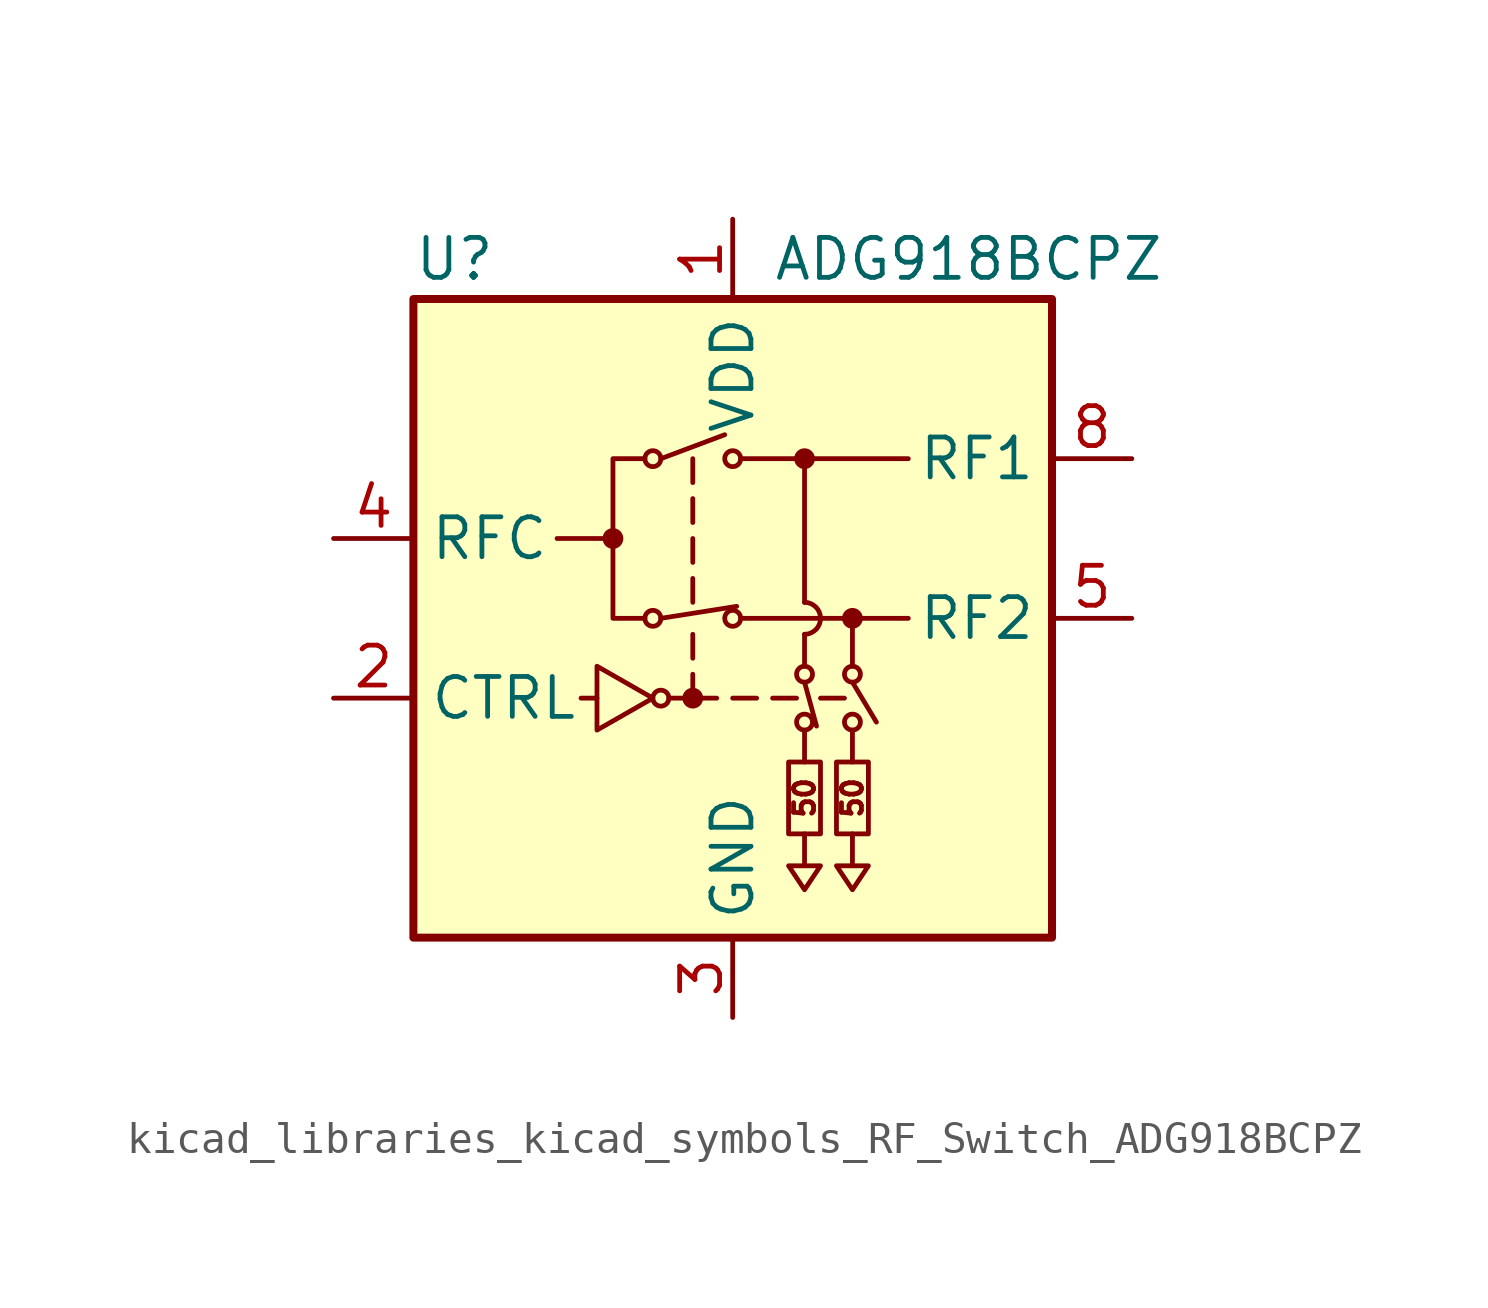
<source format=kicad_sym>
(kicad_symbol_lib
  (version 20220914)
  (generator kicad_symbol_editor)
  (symbol "kicad_libraries_kicad_symbols_RF_Switch_ADG918BCPZ"
    (property "Reference" "U"
      (at -10.16 11.43 0)
      (effects (font (size 1.27 1.27)) (justify left)))
    (property "Value" "ADG918BCPZ"
      (at 1.27 11.43 0)
      (effects (font (size 1.27 1.27)) (justify left)))
    (symbol "kicad_libraries_kicad_symbols_RF_Switch_ADG918BCPZ_0_0"
      (rectangle (start -10.16 10.16) (end 10.16 -10.16) (stroke (width 0.254) (type default)) (fill (type background)))
      (circle (center -3.81 2.54) (radius 0.254) (stroke (width 0) (type default)) (fill (type outline)))
      (circle (center -2.286 -2.54) (radius 0.254) (stroke (width 0) (type default)) (fill (type none)))
      (circle (center -1.27 -2.54) (radius 0.254) (stroke (width 0) (type default)) (fill (type outline)))
      (polyline (pts (xy -4.318 -2.54) (xy -4.826 -2.54)) (stroke (width 0) (type default)) (fill (type none)))
      (polyline (pts (xy -3.81 2.54) (xy -5.588 2.54)) (stroke (width 0) (type default)) (fill (type none)))
      (polyline (pts (xy -1.27 -2.54) (xy -1.27 -1.778)) (stroke (width 0) (type default)) (fill (type none)))
      (polyline (pts (xy -1.27 -1.27) (xy -1.27 -0.508)) (stroke (width 0) (type default)) (fill (type none)))
      (polyline (pts (xy -1.27 1.27) (xy -1.27 0.508)) (stroke (width 0) (type default)) (fill (type none)))
      (polyline (pts (xy -1.27 2.54) (xy -1.27 1.778)) (stroke (width 0) (type default)) (fill (type none)))
      (polyline (pts (xy -1.27 3.81) (xy -1.27 3.048)) (stroke (width 0) (type default)) (fill (type none)))
      (polyline (pts (xy -1.27 5.08) (xy -1.27 4.318)) (stroke (width 0) (type default)) (fill (type none)))
      (polyline (pts (xy -0.508 -2.54) (xy -2.032 -2.54)) (stroke (width 0) (type default)) (fill (type none)))
      (polyline (pts (xy 0 -2.54) (xy 0.762 -2.54)) (stroke (width 0) (type default)) (fill (type none)))
      (polyline (pts (xy 0.254 0) (xy 5.588 0)) (stroke (width 0) (type default)) (fill (type none)))
      (polyline (pts (xy 0.254 5.08) (xy 5.588 5.08)) (stroke (width 0) (type default)) (fill (type none)))
      (polyline (pts (xy 2.032 -2.54) (xy 1.27 -2.54)) (stroke (width 0) (type default)) (fill (type none)))
      (polyline (pts (xy 2.286 0.508) (xy 2.286 5.08)) (stroke (width 0) (type default)) (fill (type none)))
      (polyline (pts (xy 3.556 -2.54) (xy 2.794 -2.54)) (stroke (width 0) (type default)) (fill (type none)))
      (polyline (pts (xy -4.318 -1.524) (xy -4.318 -3.556) (xy -2.54 -2.54) (xy -4.318 -1.524)) (stroke (width 0) (type default)) (fill (type none)))
      (polyline (pts (xy -2.794 0) (xy -3.81 0) (xy -3.81 5.08) (xy -2.794 5.08)) (stroke (width 0) (type default)) (fill (type none)))
      (arc (start 2.286 -0.508) (mid 2.7918 0) (end 2.286 0.508) (stroke (width 0) (type default)) (fill (type none)))
      (text "50" (at 2.286 -5.715 900) (effects (font (size 0.635 0.635))))
      (text "50" (at 3.81 -5.715 900) (effects (font (size 0.635 0.635)))))
    (symbol "kicad_libraries_kicad_symbols_RF_Switch_ADG918BCPZ_0_1"
      (circle (center -2.54 0) (radius 0.254) (stroke (width 0) (type default)) (fill (type none)))
      (circle (center -2.54 5.08) (radius 0.254) (stroke (width 0) (type default)) (fill (type none)))
      (polyline (pts (xy -2.286 0) (xy 0.127 0.381)) (stroke (width 0) (type default)) (fill (type none)))
      (polyline (pts (xy -2.286 5.08) (xy -0.254 5.842)) (stroke (width 0) (type default)) (fill (type none)))
      (polyline (pts (xy 2.286 -3.556) (xy 2.286 -4.572)) (stroke (width 0) (type default)) (fill (type none)))
      (polyline (pts (xy 2.286 -2.032) (xy 2.667 -3.429)) (stroke (width 0) (type default)) (fill (type none)))
      (polyline (pts (xy 2.286 -0.508) (xy 2.286 -1.524)) (stroke (width 0) (type default)) (fill (type none)))
      (polyline (pts (xy 3.81 -3.556) (xy 3.81 -4.572)) (stroke (width 0) (type default)) (fill (type none)))
      (polyline (pts (xy 3.81 -2.032) (xy 4.572 -3.302)) (stroke (width 0) (type default)) (fill (type none)))
      (polyline (pts (xy 3.81 0) (xy 3.81 -1.524)) (stroke (width 0) (type default)) (fill (type none)))
      (polyline (pts (xy 2.286 -6.858) (xy 2.286 -7.874) (xy 1.778 -7.874) (xy 2.286 -8.636) (xy 2.794 -7.874) (xy 2.286 -7.874)) (stroke (width 0) (type default)) (fill (type none)))
      (polyline (pts (xy 3.81 -6.858) (xy 3.81 -7.874) (xy 3.302 -7.874) (xy 3.81 -8.636) (xy 4.318 -7.874) (xy 3.81 -7.874)) (stroke (width 0) (type default)) (fill (type none)))
      (circle (center 0 0) (radius 0.254) (stroke (width 0) (type default)) (fill (type none)))
      (circle (center 0 5.08) (radius 0.254) (stroke (width 0) (type default)) (fill (type none)))
      (rectangle (start 1.778 -4.572) (end 2.794 -6.858) (stroke (width 0) (type default)) (fill (type none)))
      (circle (center 2.286 -3.302) (radius 0.254) (stroke (width 0) (type default)) (fill (type none)))
      (circle (center 2.286 -1.778) (radius 0.254) (stroke (width 0) (type default)) (fill (type none)))
      (circle (center 2.286 5.08) (radius 0.254) (stroke (width 0) (type default)) (fill (type outline)))
      (rectangle (start 3.302 -4.572) (end 4.318 -6.858) (stroke (width 0) (type default)) (fill (type none)))
      (circle (center 3.81 -3.302) (radius 0.254) (stroke (width 0) (type default)) (fill (type none)))
      (circle (center 3.81 -1.778) (radius 0.254) (stroke (width 0) (type default)) (fill (type none)))
      (circle (center 3.81 0) (radius 0.254) (stroke (width 0) (type default)) (fill (type outline))))
    (symbol "kicad_libraries_kicad_symbols_RF_Switch_ADG918BCPZ_1_1"
      (pin power_in line (at 0 12.7 270) (length 2.54) (name "VDD" (effects (font (size 1.27 1.27)))) (number "1" (effects (font (size 1.27 1.27)))))
      (pin input line (at -12.7 -2.54 0) (length 2.54) (name "CTRL" (effects (font (size 1.27 1.27)))) (number "2" (effects (font (size 1.27 1.27)))))
      (pin power_in line (at 0 -12.7 90) (length 2.54) (name "GND" (effects (font (size 1.27 1.27)))) (number "3" (effects (font (size 1.27 1.27)))))
      (pin passive line (at -12.7 2.54 0) (length 2.54) (name "RFC" (effects (font (size 1.27 1.27)))) (number "4" (effects (font (size 1.27 1.27)))))
      (pin passive line (at 12.7 0 180) (length 2.54) (name "RF2" (effects (font (size 1.27 1.27)))) (number "5" (effects (font (size 1.27 1.27)))))
      (pin passive line (at 0 -12.7 90) (length 2.54) hide (name "GND" (effects (font (size 1.27 1.27)))) (number "6" (effects (font (size 1.27 1.27)))))
      (pin passive line (at 0 -12.7 90) (length 2.54) hide (name "GND" (effects (font (size 1.27 1.27)))) (number "7" (effects (font (size 1.27 1.27)))))
      (pin passive line (at 12.7 5.08 180) (length 2.54) (name "RF1" (effects (font (size 1.27 1.27)))) (number "8" (effects (font (size 1.27 1.27)))))
      (pin passive line (at 0 -12.7 90) (length 2.54) hide (name "GND" (effects (font (size 1.27 1.27)))) (number "9" (effects (font (size 1.27 1.27))))))))
</source>
